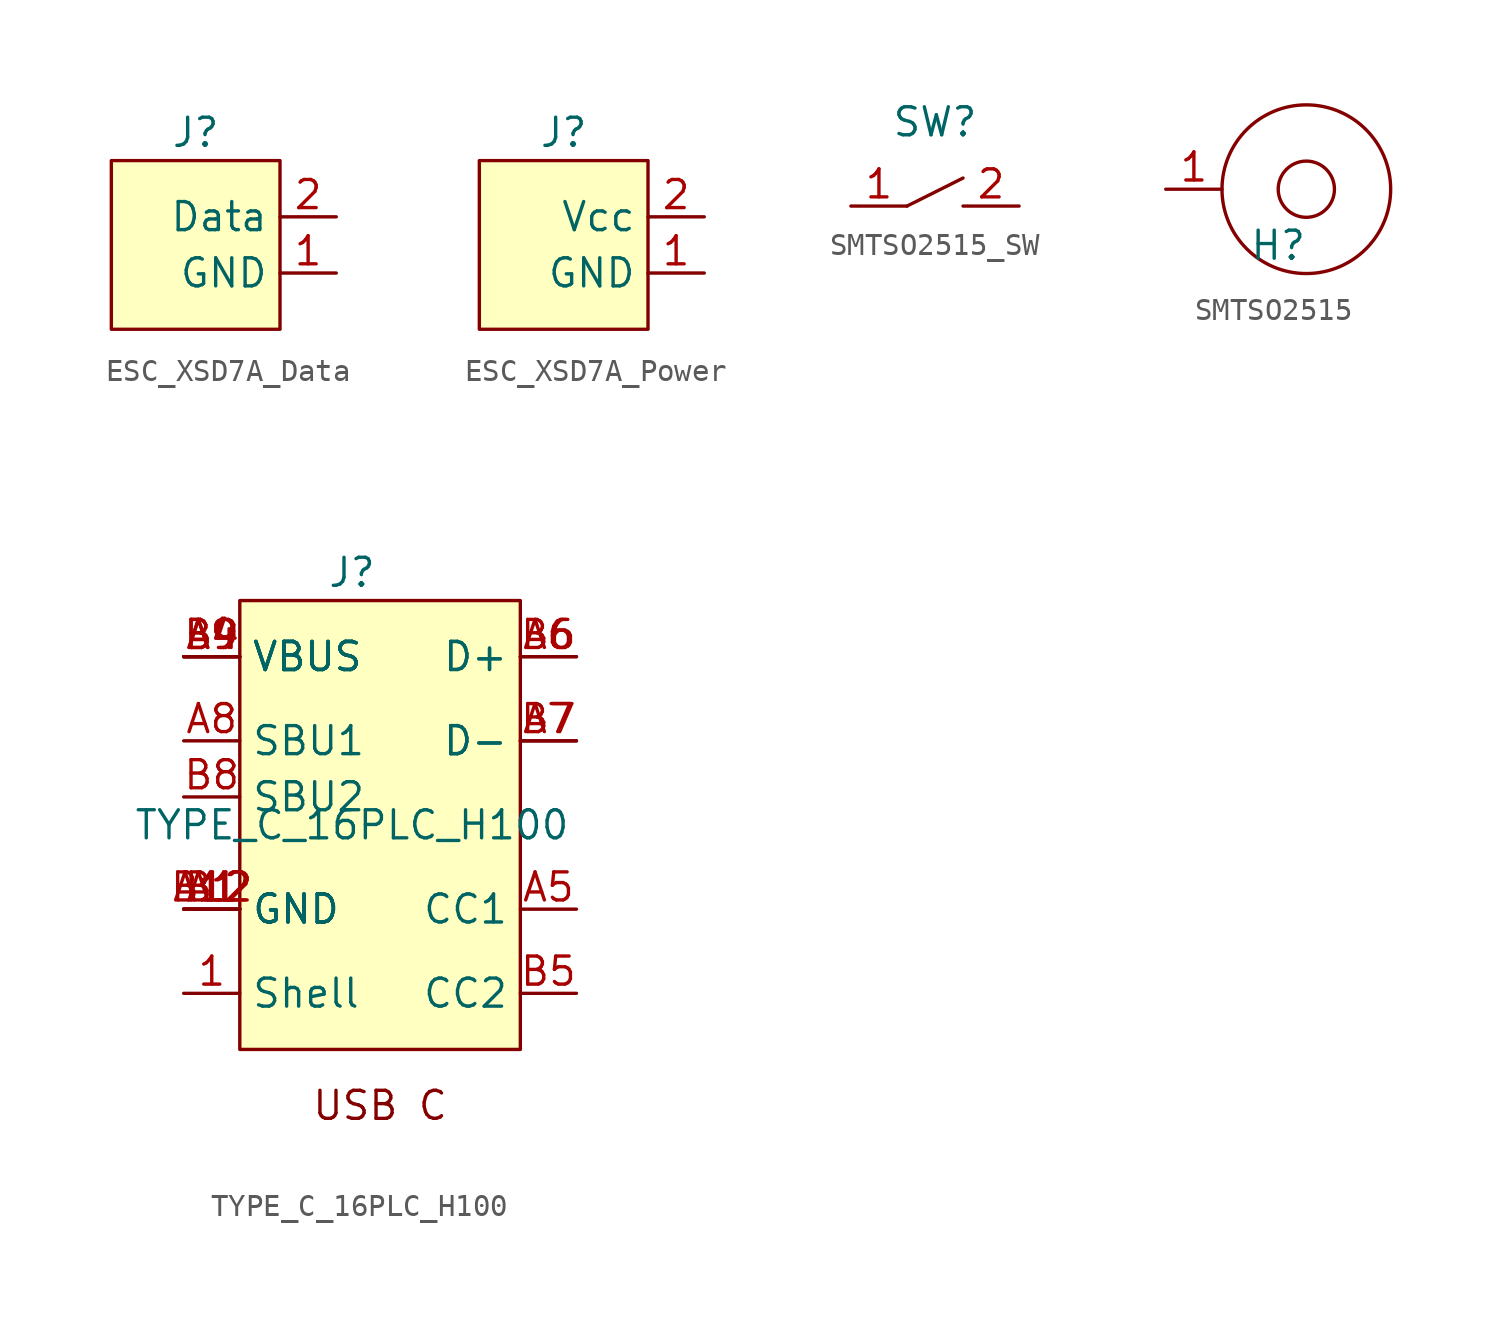
<source format=kicad_sym>
(kicad_symbol_lib
  (version 20220914)
  (generator kicad_symbol_editor)
  (symbol "ESC_XSD7A_Data"
    (property "Reference" "J"
      (at 0 5.08 0)
      (effects (font (size 1.27 1.27))))
    (property "Value" ""
      (at 0 0 0)
      (effects (font (size 1.27 1.27))))
    (symbol "ESC_XSD7A_Data_1_1"
      (rectangle (start -3.81 3.81) (end 3.81 -3.81) (stroke (width 0) (type default)) (fill (type background)))
      (pin power_in line (at 6.35 -1.27 180) (length 2.54) (name "GND" (effects (font (size 1.27 1.27)))) (number "1" (effects (font (size 1.27 1.27)))))
      (pin bidirectional line (at 6.35 1.27 180) (length 2.54) (name "Data" (effects (font (size 1.27 1.27)))) (number "2" (effects (font (size 1.27 1.27)))))))
  (symbol "ESC_XSD7A_Power"
    (property "Reference" "J"
      (at 0 5.08 0)
      (effects (font (size 1.27 1.27))))
    (property "Value" ""
      (at 0 0 0)
      (effects (font (size 1.27 1.27))))
    (symbol "ESC_XSD7A_Power_1_1"
      (rectangle (start -3.81 3.81) (end 3.81 -3.81) (stroke (width 0) (type default)) (fill (type background)))
      (pin power_in line (at 6.35 -1.27 180) (length 2.54) (name "GND" (effects (font (size 1.27 1.27)))) (number "1" (effects (font (size 1.27 1.27)))))
      (pin power_in line (at 6.35 1.27 180) (length 2.54) (name "Vcc" (effects (font (size 1.27 1.27)))) (number "2" (effects (font (size 1.27 1.27)))))))
  (symbol "SMTSO2515_SW"
    (property "Reference" "SW"
      (at 0 3.81 0)
      (effects (font (size 1.27 1.27))))
    (property "Value" ""
      (at 0 0 0)
      (effects (font (size 1.27 1.27))))
    (symbol "SMTSO2515_SW_0_1"
      (polyline (pts (xy -1.27 0) (xy 1.27 1.27)) (stroke (width 0) (type default)) (fill (type none))))
    (symbol "SMTSO2515_SW_1_1"
      (pin input line (at -3.81 0 0) (length 2.54) (name "" (effects (font (size 1.27 1.27)))) (number "1" (effects (font (size 1.27 1.27)))))
      (pin output line (at 3.81 0 180) (length 2.54) (name "" (effects (font (size 1.27 1.27)))) (number "2" (effects (font (size 1.27 1.27)))))))
  (symbol "SMTSO2515"
    (property "Reference" "H"
      (at -1.27 -2.54 0)
      (effects (font (size 1.27 1.27))))
    (property "Value" ""
      (at -5.08 2.54 0)
      (effects (font (size 1.27 1.27))))
    (symbol "SMTSO2515_0_1"
      (circle (center 0 0) (radius 1.27) (stroke (width 0) (type default)) (fill (type none)))
      (circle (center 0 0) (radius 3.81) (stroke (width 0) (type default)) (fill (type none))))
    (symbol "SMTSO2515_1_1"
      (pin input line (at -6.35 0 0) (length 2.54) (name "" (effects (font (size 1.27 1.27)))) (number "1" (effects (font (size 1.27 1.27)))))))
  (symbol "TYPE_C_16PLC_H100"
    (property "Reference" "J"
      (at -1.27 11.43 0)
      (effects (font (size 1.27 1.27))))
    (property "Value" "TYPE_C_16PLC_H100"
      (at -1.27 0 0)
      (effects (font (size 1.27 1.27))))
    (symbol "TYPE_C_16PLC_H100_1_1"
      (rectangle (start -6.35 10.16) (end 6.35 -10.16) (stroke (width 0) (type default)) (fill (type background)))
      (text "USB C" (at 0 -12.7 0) (effects (font (size 1.27 1.27))))
      (pin power_in line (at -8.89 -7.62 0) (length 2.54) (name "Shell" (effects (font (size 1.27 1.27)))) (number "1" (effects (font (size 1.27 1.27)))))
      (pin power_in line (at -8.89 -3.81 0) (length 2.54) (name "GND" (effects (font (size 1.27 1.27)))) (number "A1" (effects (font (size 1.27 1.27)))))
      (pin power_in line (at -8.89 -3.81 0) (length 2.54) (name "GND" (effects (font (size 1.27 1.27)))) (number "A12" (effects (font (size 1.27 1.27)))))
      (pin power_in line (at -8.89 7.62 0) (length 2.54) (name "VBUS" (effects (font (size 1.27 1.27)))) (number "A4" (effects (font (size 1.27 1.27)))))
      (pin bidirectional line (at 8.89 -3.81 180) (length 2.54) (name "CC1" (effects (font (size 1.27 1.27)))) (number "A5" (effects (font (size 1.27 1.27)))))
      (pin bidirectional line (at 8.89 7.62 180) (length 2.54) (name "D+" (effects (font (size 1.27 1.27)))) (number "A6" (effects (font (size 1.27 1.27)))))
      (pin bidirectional line (at 8.89 3.81 180) (length 2.54) (name "D-" (effects (font (size 1.27 1.27)))) (number "A7" (effects (font (size 1.27 1.27)))))
      (pin bidirectional line (at -8.89 3.81 0) (length 2.54) (name "SBU1" (effects (font (size 1.27 1.27)))) (number "A8" (effects (font (size 1.27 1.27)))))
      (pin power_in line (at -8.89 7.62 0) (length 2.54) (name "VBUS" (effects (font (size 1.27 1.27)))) (number "A9" (effects (font (size 1.27 1.27)))))
      (pin power_in line (at -8.89 -3.81 0) (length 2.54) (name "GND" (effects (font (size 1.27 1.27)))) (number "B1" (effects (font (size 1.27 1.27)))))
      (pin power_in line (at -8.89 -3.81 0) (length 2.54) (name "GND" (effects (font (size 1.27 1.27)))) (number "B12" (effects (font (size 1.27 1.27)))))
      (pin power_in line (at -8.89 7.62 0) (length 2.54) (name "VBUS" (effects (font (size 1.27 1.27)))) (number "B4" (effects (font (size 1.27 1.27)))))
      (pin bidirectional line (at 8.89 -7.62 180) (length 2.54) (name "CC2" (effects (font (size 1.27 1.27)))) (number "B5" (effects (font (size 1.27 1.27)))))
      (pin bidirectional line (at 8.89 7.62 180) (length 2.54) (name "D+" (effects (font (size 1.27 1.27)))) (number "B6" (effects (font (size 1.27 1.27)))))
      (pin bidirectional line (at 8.89 3.81 180) (length 2.54) (name "D-" (effects (font (size 1.27 1.27)))) (number "B7" (effects (font (size 1.27 1.27)))))
      (pin bidirectional line (at -8.89 1.27 0) (length 2.54) (name "SBU2" (effects (font (size 1.27 1.27)))) (number "B8" (effects (font (size 1.27 1.27)))))
      (pin power_in line (at -8.89 7.62 0) (length 2.54) (name "VBUS" (effects (font (size 1.27 1.27)))) (number "B9" (effects (font (size 1.27 1.27))))))))
</source>
